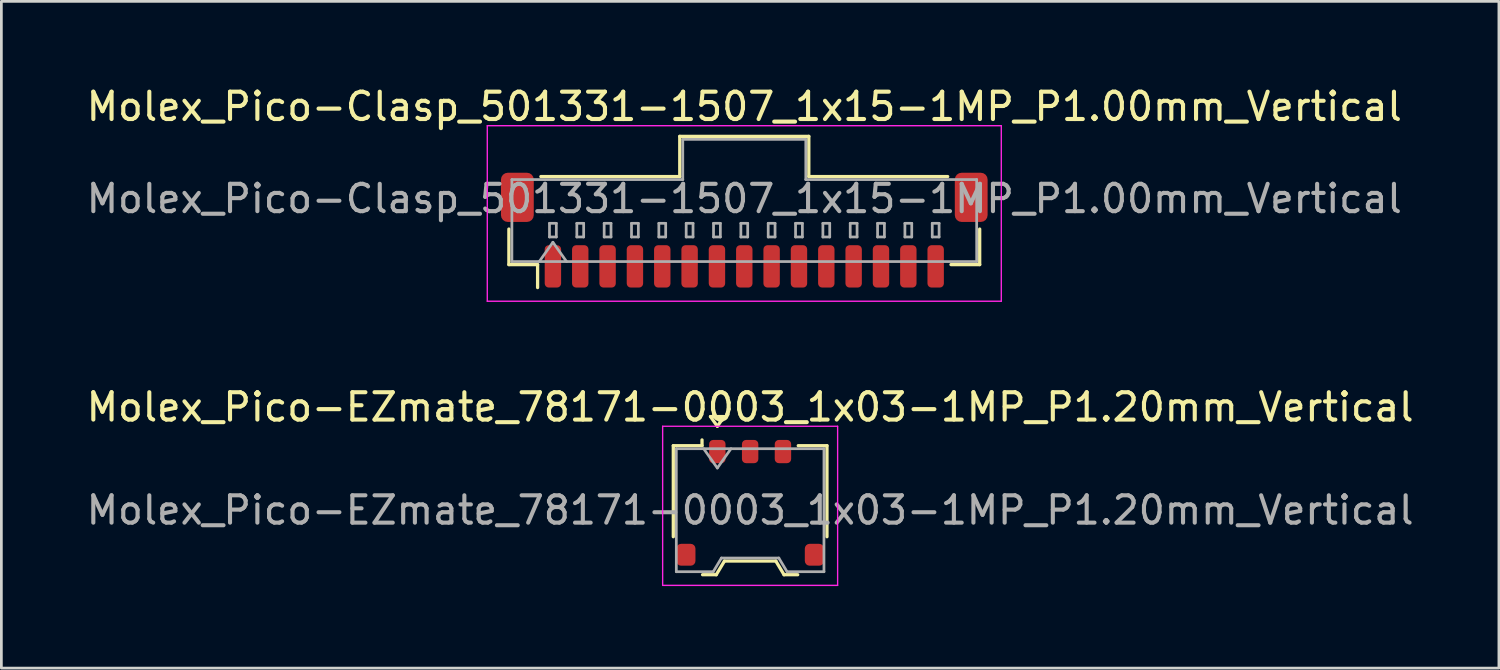
<source format=kicad_pcb>
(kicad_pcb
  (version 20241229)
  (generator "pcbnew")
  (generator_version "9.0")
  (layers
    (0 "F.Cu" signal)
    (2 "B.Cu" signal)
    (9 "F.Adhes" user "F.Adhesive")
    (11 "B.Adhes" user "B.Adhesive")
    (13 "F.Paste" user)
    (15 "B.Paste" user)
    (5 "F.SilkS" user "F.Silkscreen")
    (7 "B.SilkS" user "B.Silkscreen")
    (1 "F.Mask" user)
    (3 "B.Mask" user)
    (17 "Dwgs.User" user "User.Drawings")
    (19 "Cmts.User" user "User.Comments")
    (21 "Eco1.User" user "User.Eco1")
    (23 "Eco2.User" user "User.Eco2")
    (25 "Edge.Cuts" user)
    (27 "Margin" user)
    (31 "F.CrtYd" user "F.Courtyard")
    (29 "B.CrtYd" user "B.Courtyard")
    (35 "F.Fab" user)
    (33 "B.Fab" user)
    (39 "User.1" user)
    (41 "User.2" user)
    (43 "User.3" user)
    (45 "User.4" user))
  (footprint "Molex_Pico-EZmate_78171-0003_1x03-1MP_P1.20mm_Vertical"
    (layer "F.Cu")
    (at 24.387 15.341)
    (property "Reference" "Molex_Pico-EZmate_78171-0003_1x03-1MP_P1.20mm_Vertical" (at 0 -3.5 0) (layer "F.SilkS") (effects (font (size 1 1) (thickness 0.15))))
    (attr smd)
    (fp_line (start -2.81 -2.09) (end -1.76 -2.09) (stroke (width 0.12) (type solid)) (layer "F.SilkS"))
    (fp_line (start -2.81 1.24) (end -2.81 -2.09) (stroke (width 0.12) (type solid)) (layer "F.SilkS"))
    (fp_line (start -1.76 -2.09) (end -1.76 -2.3) (stroke (width 0.12) (type solid)) (layer "F.SilkS"))
    (fp_line (start -1.74 2.63) (end -1.24 2.63) (stroke (width 0.12) (type solid)) (layer "F.SilkS"))
    (fp_line (start -1.45 -3.154) (end -1.2 -2.8) (stroke (width 0.12) (type solid)) (layer "F.SilkS"))
    (fp_line (start -1.24 2.63) (end -0.94 2.13) (stroke (width 0.12) (type solid)) (layer "F.SilkS"))
    (fp_line (start -1.2 -2.8) (end -0.95 -3.154) (stroke (width 0.12) (type solid)) (layer "F.SilkS"))
    (fp_line (start -0.95 -3.154) (end -1.45 -3.154) (stroke (width 0.12) (type solid)) (layer "F.SilkS"))
    (fp_line (start -0.94 2.13) (end 0.94 2.13) (stroke (width 0.12) (type solid)) (layer "F.SilkS"))
    (fp_line (start 0.94 2.13) (end 1.24 2.63) (stroke (width 0.12) (type solid)) (layer "F.SilkS"))
    (fp_line (start 1.24 2.63) (end 1.74 2.63) (stroke (width 0.12) (type solid)) (layer "F.SilkS"))
    (fp_line (start 2.81 -2.09) (end 1.76 -2.09) (stroke (width 0.12) (type solid)) (layer "F.SilkS"))
    (fp_line (start 2.81 1.24) (end 2.81 -2.09) (stroke (width 0.12) (type solid)) (layer "F.SilkS"))
    (fp_line (start -3.2 -2.8) (end -3.2 3.02) (stroke (width 0.05) (type solid)) (layer "F.CrtYd"))
    (fp_line (start -3.2 3.02) (end 3.2 3.02) (stroke (width 0.05) (type solid)) (layer "F.CrtYd"))
    (fp_line (start 3.2 -2.8) (end -3.2 -2.8) (stroke (width 0.05) (type solid)) (layer "F.CrtYd"))
    (fp_line (start 3.2 3.02) (end 3.2 -2.8) (stroke (width 0.05) (type solid)) (layer "F.CrtYd"))
    (fp_line (start -2.7 -1.98) (end -2.7 2.52) (stroke (width 0.1) (type solid)) (layer "F.Fab"))
    (fp_line (start -2.7 -1.98) (end 2.7 -1.98) (stroke (width 0.1) (type solid)) (layer "F.Fab"))
    (fp_line (start -2.7 2.52) (end -1.35 2.52) (stroke (width 0.1) (type solid)) (layer "F.Fab"))
    (fp_line (start -1.7 -1.98) (end -1.2 -1.273) (stroke (width 0.1) (type solid)) (layer "F.Fab"))
    (fp_line (start -1.35 2.52) (end -1.05 2.02) (stroke (width 0.1) (type solid)) (layer "F.Fab"))
    (fp_line (start -1.2 -1.273) (end -0.7 -1.98) (stroke (width 0.1) (type solid)) (layer "F.Fab"))
    (fp_line (start -1.05 2.02) (end 1.05 2.02) (stroke (width 0.1) (type solid)) (layer "F.Fab"))
    (fp_line (start 1.05 2.02) (end 1.35 2.52) (stroke (width 0.1) (type solid)) (layer "F.Fab"))
    (fp_line (start 1.35 2.52) (end 2.7 2.52) (stroke (width 0.1) (type solid)) (layer "F.Fab"))
    (fp_line (start 2.7 -1.98) (end 2.7 2.52) (stroke (width 0.1) (type solid)) (layer "F.Fab"))
    (fp_text user "${REFERENCE}" (at 0 0.27 0) (layer "F.Fab") (effects (font (size 1 1) (thickness 0.15))))
    (pad "1" smd roundrect (at -1.2 -1.875) (size 0.6 0.85) (layers "F.Cu" "F.Mask" "F.Paste") (roundrect_rratio 0.25))
    (pad "2" smd roundrect (at 0 -1.875) (size 0.6 0.85) (layers "F.Cu" "F.Mask" "F.Paste") (roundrect_rratio 0.25))
    (pad "3" smd roundrect (at 1.2 -1.875) (size 0.6 0.85) (layers "F.Cu" "F.Mask" "F.Paste") (roundrect_rratio 0.25))
    (pad "MP" smd roundrect (at -2.35 1.9) (size 0.7 0.8) (layers "F.Cu" "F.Mask" "F.Paste") (roundrect_rratio 0.25))
    (pad "MP" smd roundrect (at 2.35 1.9) (size 0.7 0.8) (layers "F.Cu" "F.Mask" "F.Paste") (roundrect_rratio 0.25)))
  (footprint "Molex_Pico-Clasp_501331-1507_1x15-1MP_P1.00mm_Vertical"
    (layer "F.Cu")
    (at 24.173 5.368)
    (property "Reference" "Molex_Pico-Clasp_501331-1507_1x15-1MP_P1.00mm_Vertical" (at 0 -4.52 0) (layer "F.SilkS") (effects (font (size 1 1) (thickness 0.15))))
    (attr smd)
    (fp_line (start -8.61 -0.04) (end -8.61 1.26) (stroke (width 0.12) (type solid)) (layer "F.SilkS"))
    (fp_line (start -8.61 1.26) (end -7.56 1.26) (stroke (width 0.12) (type solid)) (layer "F.SilkS"))
    (fp_line (start -7.56 1.26) (end -7.56 2.1) (stroke (width 0.12) (type solid)) (layer "F.SilkS"))
    (fp_line (start -7.44 -1.96) (end -2.36 -1.96) (stroke (width 0.12) (type solid)) (layer "F.SilkS"))
    (fp_line (start -2.36 -3.43) (end 2.36 -3.43) (stroke (width 0.12) (type solid)) (layer "F.SilkS"))
    (fp_line (start -2.36 -1.96) (end -2.36 -3.43) (stroke (width 0.12) (type solid)) (layer "F.SilkS"))
    (fp_line (start 2.36 -3.43) (end 2.36 -1.96) (stroke (width 0.12) (type solid)) (layer "F.SilkS"))
    (fp_line (start 2.36 -1.96) (end 7.44 -1.96) (stroke (width 0.12) (type solid)) (layer "F.SilkS"))
    (fp_line (start 8.61 -0.04) (end 8.61 1.26) (stroke (width 0.12) (type solid)) (layer "F.SilkS"))
    (fp_line (start 8.61 1.26) (end 7.56 1.26) (stroke (width 0.12) (type solid)) (layer "F.SilkS"))
    (fp_line (start -9.4 -3.82) (end -9.4 2.6) (stroke (width 0.05) (type solid)) (layer "F.CrtYd"))
    (fp_line (start -9.4 2.6) (end 9.4 2.6) (stroke (width 0.05) (type solid)) (layer "F.CrtYd"))
    (fp_line (start 9.4 -3.82) (end -9.4 -3.82) (stroke (width 0.05) (type solid)) (layer "F.CrtYd"))
    (fp_line (start 9.4 2.6) (end 9.4 -3.82) (stroke (width 0.05) (type solid)) (layer "F.CrtYd"))
    (fp_line (start -8.5 -1.85) (end -2.25 -1.85) (stroke (width 0.1) (type solid)) (layer "F.Fab"))
    (fp_line (start -8.5 1.15) (end -8.5 -1.85) (stroke (width 0.1) (type solid)) (layer "F.Fab"))
    (fp_line (start -8.5 1.15) (end 8.5 1.15) (stroke (width 0.1) (type solid)) (layer "F.Fab"))
    (fp_line (start -7.5 1.15) (end -7 0.443) (stroke (width 0.1) (type solid)) (layer "F.Fab"))
    (fp_line (start -7.125 -0.25) (end -7.125 0.25) (stroke (width 0.1) (type solid)) (layer "F.Fab"))
    (fp_line (start -7.125 0.25) (end -6.875 0.25) (stroke (width 0.1) (type solid)) (layer "F.Fab"))
    (fp_line (start -7 0.443) (end -6.5 1.15) (stroke (width 0.1) (type solid)) (layer "F.Fab"))
    (fp_line (start -6.875 -0.25) (end -7.125 -0.25) (stroke (width 0.1) (type solid)) (layer "F.Fab"))
    (fp_line (start -6.875 0.25) (end -6.875 -0.25) (stroke (width 0.1) (type solid)) (layer "F.Fab"))
    (fp_line (start -6.125 -0.25) (end -6.125 0.25) (stroke (width 0.1) (type solid)) (layer "F.Fab"))
    (fp_line (start -6.125 0.25) (end -5.875 0.25) (stroke (width 0.1) (type solid)) (layer "F.Fab"))
    (fp_line (start -5.875 -0.25) (end -6.125 -0.25) (stroke (width 0.1) (type solid)) (layer "F.Fab"))
    (fp_line (start -5.875 0.25) (end -5.875 -0.25) (stroke (width 0.1) (type solid)) (layer "F.Fab"))
    (fp_line (start -5.125 -0.25) (end -5.125 0.25) (stroke (width 0.1) (type solid)) (layer "F.Fab"))
    (fp_line (start -5.125 0.25) (end -4.875 0.25) (stroke (width 0.1) (type solid)) (layer "F.Fab"))
    (fp_line (start -4.875 -0.25) (end -5.125 -0.25) (stroke (width 0.1) (type solid)) (layer "F.Fab"))
    (fp_line (start -4.875 0.25) (end -4.875 -0.25) (stroke (width 0.1) (type solid)) (layer "F.Fab"))
    (fp_line (start -4.125 -0.25) (end -4.125 0.25) (stroke (width 0.1) (type solid)) (layer "F.Fab"))
    (fp_line (start -4.125 0.25) (end -3.875 0.25) (stroke (width 0.1) (type solid)) (layer "F.Fab"))
    (fp_line (start -3.875 -0.25) (end -4.125 -0.25) (stroke (width 0.1) (type solid)) (layer "F.Fab"))
    (fp_line (start -3.875 0.25) (end -3.875 -0.25) (stroke (width 0.1) (type solid)) (layer "F.Fab"))
    (fp_line (start -3.125 -0.25) (end -3.125 0.25) (stroke (width 0.1) (type solid)) (layer "F.Fab"))
    (fp_line (start -3.125 0.25) (end -2.875 0.25) (stroke (width 0.1) (type solid)) (layer "F.Fab"))
    (fp_line (start -2.875 -0.25) (end -3.125 -0.25) (stroke (width 0.1) (type solid)) (layer "F.Fab"))
    (fp_line (start -2.875 0.25) (end -2.875 -0.25) (stroke (width 0.1) (type solid)) (layer "F.Fab"))
    (fp_line (start -2.25 -3.32) (end 2.25 -3.32) (stroke (width 0.1) (type solid)) (layer "F.Fab"))
    (fp_line (start -2.25 -1.85) (end -2.25 -3.32) (stroke (width 0.1) (type solid)) (layer "F.Fab"))
    (fp_line (start -2.125 -0.25) (end -2.125 0.25) (stroke (width 0.1) (type solid)) (layer "F.Fab"))
    (fp_line (start -2.125 0.25) (end -1.875 0.25) (stroke (width 0.1) (type solid)) (layer "F.Fab"))
    (fp_line (start -1.875 -0.25) (end -2.125 -0.25) (stroke (width 0.1) (type solid)) (layer "F.Fab"))
    (fp_line (start -1.875 0.25) (end -1.875 -0.25) (stroke (width 0.1) (type solid)) (layer "F.Fab"))
    (fp_line (start -1.125 -0.25) (end -1.125 0.25) (stroke (width 0.1) (type solid)) (layer "F.Fab"))
    (fp_line (start -1.125 0.25) (end -0.875 0.25) (stroke (width 0.1) (type solid)) (layer "F.Fab"))
    (fp_line (start -0.875 -0.25) (end -1.125 -0.25) (stroke (width 0.1) (type solid)) (layer "F.Fab"))
    (fp_line (start -0.875 0.25) (end -0.875 -0.25) (stroke (width 0.1) (type solid)) (layer "F.Fab"))
    (fp_line (start -0.125 -0.25) (end -0.125 0.25) (stroke (width 0.1) (type solid)) (layer "F.Fab"))
    (fp_line (start -0.125 0.25) (end 0.125 0.25) (stroke (width 0.1) (type solid)) (layer "F.Fab"))
    (fp_line (start 0.125 -0.25) (end -0.125 -0.25) (stroke (width 0.1) (type solid)) (layer "F.Fab"))
    (fp_line (start 0.125 0.25) (end 0.125 -0.25) (stroke (width 0.1) (type solid)) (layer "F.Fab"))
    (fp_line (start 0.875 -0.25) (end 0.875 0.25) (stroke (width 0.1) (type solid)) (layer "F.Fab"))
    (fp_line (start 0.875 0.25) (end 1.125 0.25) (stroke (width 0.1) (type solid)) (layer "F.Fab"))
    (fp_line (start 1.125 -0.25) (end 0.875 -0.25) (stroke (width 0.1) (type solid)) (layer "F.Fab"))
    (fp_line (start 1.125 0.25) (end 1.125 -0.25) (stroke (width 0.1) (type solid)) (layer "F.Fab"))
    (fp_line (start 1.875 -0.25) (end 1.875 0.25) (stroke (width 0.1) (type solid)) (layer "F.Fab"))
    (fp_line (start 1.875 0.25) (end 2.125 0.25) (stroke (width 0.1) (type solid)) (layer "F.Fab"))
    (fp_line (start 2.125 -0.25) (end 1.875 -0.25) (stroke (width 0.1) (type solid)) (layer "F.Fab"))
    (fp_line (start 2.125 0.25) (end 2.125 -0.25) (stroke (width 0.1) (type solid)) (layer "F.Fab"))
    (fp_line (start 2.25 -3.32) (end 2.25 -1.85) (stroke (width 0.1) (type solid)) (layer "F.Fab"))
    (fp_line (start 2.25 -1.85) (end 8.5 -1.85) (stroke (width 0.1) (type solid)) (layer "F.Fab"))
    (fp_line (start 2.875 -0.25) (end 2.875 0.25) (stroke (width 0.1) (type solid)) (layer "F.Fab"))
    (fp_line (start 2.875 0.25) (end 3.125 0.25) (stroke (width 0.1) (type solid)) (layer "F.Fab"))
    (fp_line (start 3.125 -0.25) (end 2.875 -0.25) (stroke (width 0.1) (type solid)) (layer "F.Fab"))
    (fp_line (start 3.125 0.25) (end 3.125 -0.25) (stroke (width 0.1) (type solid)) (layer "F.Fab"))
    (fp_line (start 3.875 -0.25) (end 3.875 0.25) (stroke (width 0.1) (type solid)) (layer "F.Fab"))
    (fp_line (start 3.875 0.25) (end 4.125 0.25) (stroke (width 0.1) (type solid)) (layer "F.Fab"))
    (fp_line (start 4.125 -0.25) (end 3.875 -0.25) (stroke (width 0.1) (type solid)) (layer "F.Fab"))
    (fp_line (start 4.125 0.25) (end 4.125 -0.25) (stroke (width 0.1) (type solid)) (layer "F.Fab"))
    (fp_line (start 4.875 -0.25) (end 4.875 0.25) (stroke (width 0.1) (type solid)) (layer "F.Fab"))
    (fp_line (start 4.875 0.25) (end 5.125 0.25) (stroke (width 0.1) (type solid)) (layer "F.Fab"))
    (fp_line (start 5.125 -0.25) (end 4.875 -0.25) (stroke (width 0.1) (type solid)) (layer "F.Fab"))
    (fp_line (start 5.125 0.25) (end 5.125 -0.25) (stroke (width 0.1) (type solid)) (layer "F.Fab"))
    (fp_line (start 5.875 -0.25) (end 5.875 0.25) (stroke (width 0.1) (type solid)) (layer "F.Fab"))
    (fp_line (start 5.875 0.25) (end 6.125 0.25) (stroke (width 0.1) (type solid)) (layer "F.Fab"))
    (fp_line (start 6.125 -0.25) (end 5.875 -0.25) (stroke (width 0.1) (type solid)) (layer "F.Fab"))
    (fp_line (start 6.125 0.25) (end 6.125 -0.25) (stroke (width 0.1) (type solid)) (layer "F.Fab"))
    (fp_line (start 6.875 -0.25) (end 6.875 0.25) (stroke (width 0.1) (type solid)) (layer "F.Fab"))
    (fp_line (start 6.875 0.25) (end 7.125 0.25) (stroke (width 0.1) (type solid)) (layer "F.Fab"))
    (fp_line (start 7.125 -0.25) (end 6.875 -0.25) (stroke (width 0.1) (type solid)) (layer "F.Fab"))
    (fp_line (start 7.125 0.25) (end 7.125 -0.25) (stroke (width 0.1) (type solid)) (layer "F.Fab"))
    (fp_line (start 8.5 1.15) (end 8.5 -1.85) (stroke (width 0.1) (type solid)) (layer "F.Fab"))
    (fp_text user "${REFERENCE}" (at 0 -1.15 0) (layer "F.Fab") (effects (font (size 1 1) (thickness 0.15))))
    (pad "1" smd roundrect (at -7 1.325) (size 0.6 1.55) (layers "F.Cu" "F.Mask" "F.Paste") (roundrect_rratio 0.25))
    (pad "2" smd roundrect (at -6 1.325) (size 0.6 1.55) (layers "F.Cu" "F.Mask" "F.Paste") (roundrect_rratio 0.25))
    (pad "3" smd roundrect (at -5 1.325) (size 0.6 1.55) (layers "F.Cu" "F.Mask" "F.Paste") (roundrect_rratio 0.25))
    (pad "4" smd roundrect (at -4 1.325) (size 0.6 1.55) (layers "F.Cu" "F.Mask" "F.Paste") (roundrect_rratio 0.25))
    (pad "5" smd roundrect (at -3 1.325) (size 0.6 1.55) (layers "F.Cu" "F.Mask" "F.Paste") (roundrect_rratio 0.25))
    (pad "6" smd roundrect (at -2 1.325) (size 0.6 1.55) (layers "F.Cu" "F.Mask" "F.Paste") (roundrect_rratio 0.25))
    (pad "7" smd roundrect (at -1 1.325) (size 0.6 1.55) (layers "F.Cu" "F.Mask" "F.Paste") (roundrect_rratio 0.25))
    (pad "8" smd roundrect (at 0 1.325) (size 0.6 1.55) (layers "F.Cu" "F.Mask" "F.Paste") (roundrect_rratio 0.25))
    (pad "9" smd roundrect (at 1 1.325) (size 0.6 1.55) (layers "F.Cu" "F.Mask" "F.Paste") (roundrect_rratio 0.25))
    (pad "10" smd roundrect (at 2 1.325) (size 0.6 1.55) (layers "F.Cu" "F.Mask" "F.Paste") (roundrect_rratio 0.25))
    (pad "11" smd roundrect (at 3 1.325) (size 0.6 1.55) (layers "F.Cu" "F.Mask" "F.Paste") (roundrect_rratio 0.25))
    (pad "12" smd roundrect (at 4 1.325) (size 0.6 1.55) (layers "F.Cu" "F.Mask" "F.Paste") (roundrect_rratio 0.25))
    (pad "13" smd roundrect (at 5 1.325) (size 0.6 1.55) (layers "F.Cu" "F.Mask" "F.Paste") (roundrect_rratio 0.25))
    (pad "14" smd roundrect (at 6 1.325) (size 0.6 1.55) (layers "F.Cu" "F.Mask" "F.Paste") (roundrect_rratio 0.25))
    (pad "15" smd roundrect (at 7 1.325) (size 0.6 1.55) (layers "F.Cu" "F.Mask" "F.Paste") (roundrect_rratio 0.25))
    (pad "MP" smd roundrect (at -8.3 -1.2) (size 1.2 1.8) (layers "F.Cu" "F.Mask" "F.Paste") (roundrect_rratio 0.208))
    (pad "MP" smd roundrect (at 8.3 -1.2) (size 1.2 1.8) (layers "F.Cu" "F.Mask" "F.Paste") (roundrect_rratio 0.208)))
  (gr_rect
    (start -3 -3)
    (end 51.774 21.387)
    (stroke (width 0.1) (type default))
    (fill no)
    (layer "Edge.Cuts")))
</source>
